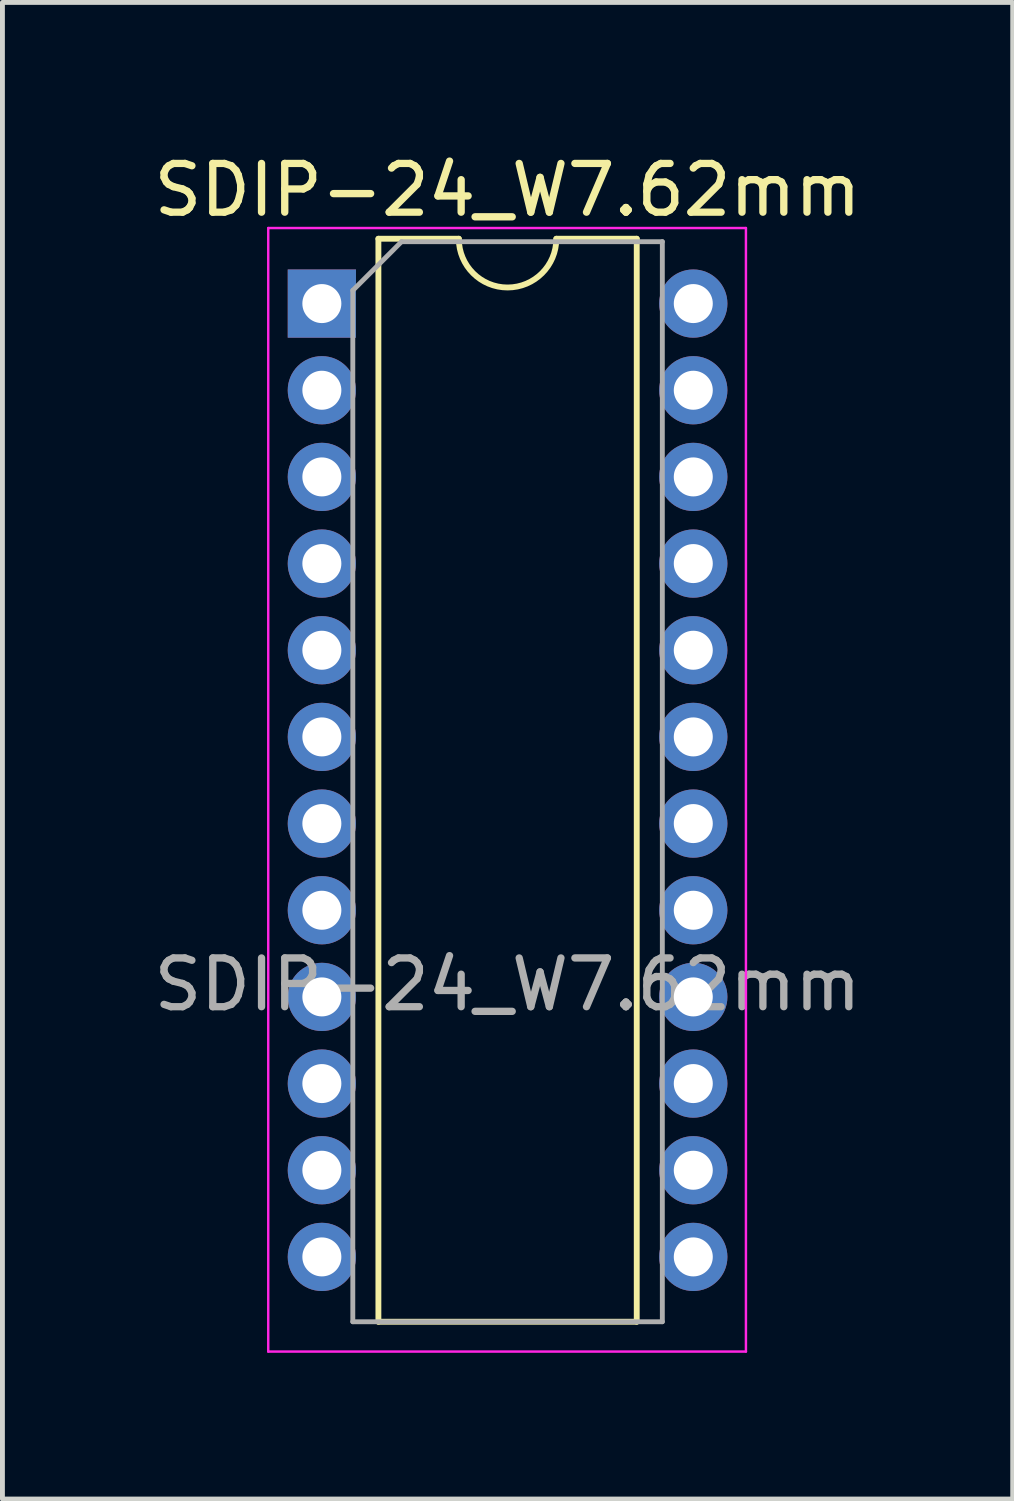
<source format=kicad_pcb>
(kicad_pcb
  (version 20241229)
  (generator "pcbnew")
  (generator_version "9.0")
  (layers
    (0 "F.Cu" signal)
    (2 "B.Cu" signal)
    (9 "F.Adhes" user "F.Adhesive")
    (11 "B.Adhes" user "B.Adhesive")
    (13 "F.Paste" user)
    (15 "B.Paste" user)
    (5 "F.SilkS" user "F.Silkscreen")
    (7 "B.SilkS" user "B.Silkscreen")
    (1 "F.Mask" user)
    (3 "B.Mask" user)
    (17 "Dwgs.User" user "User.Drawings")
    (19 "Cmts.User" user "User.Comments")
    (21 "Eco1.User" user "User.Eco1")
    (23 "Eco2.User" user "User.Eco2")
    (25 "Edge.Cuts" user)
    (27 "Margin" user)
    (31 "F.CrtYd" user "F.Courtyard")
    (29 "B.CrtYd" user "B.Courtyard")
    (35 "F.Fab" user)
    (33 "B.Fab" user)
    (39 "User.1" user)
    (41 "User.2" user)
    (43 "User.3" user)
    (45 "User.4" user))
  (footprint "SDIP-24_W7.62mm"
    (layer "F.Cu")
    (at 3.553 3.178)
    (property "Reference" "SDIP-24_W7.62mm" (at 3.81 -2.33 0) (layer "F.SilkS") (effects (font (size 1 1) (thickness 0.15))))
    (attr through_hole)
    (fp_line (start 1.16 -1.33) (end 1.16 20.888) (stroke (width 0.12) (type solid)) (layer "F.SilkS"))
    (fp_line (start 1.16 20.888) (end 6.46 20.888) (stroke (width 0.12) (type solid)) (layer "F.SilkS"))
    (fp_line (start 2.81 -1.33) (end 1.16 -1.33) (stroke (width 0.12) (type solid)) (layer "F.SilkS"))
    (fp_line (start 6.46 -1.33) (end 4.81 -1.33) (stroke (width 0.12) (type solid)) (layer "F.SilkS"))
    (fp_line (start 6.46 20.888) (end 6.46 -1.33) (stroke (width 0.12) (type solid)) (layer "F.SilkS"))
    (fp_arc (start 4.81 -1.33) (mid 3.81 -0.33) (end 2.81 -1.33) (stroke (width 0.12) (type solid)) (layer "F.SilkS"))
    (fp_line (start -1.1 -1.55) (end -1.1 21.5) (stroke (width 0.05) (type solid)) (layer "F.CrtYd"))
    (fp_line (start -1.1 21.5) (end 8.7 21.5) (stroke (width 0.05) (type solid)) (layer "F.CrtYd"))
    (fp_line (start 8.7 -1.55) (end -1.1 -1.55) (stroke (width 0.05) (type solid)) (layer "F.CrtYd"))
    (fp_line (start 8.7 21.5) (end 8.7 -1.55) (stroke (width 0.05) (type solid)) (layer "F.CrtYd"))
    (fp_line (start 0.635 -0.27) (end 1.635 -1.27) (stroke (width 0.1) (type solid)) (layer "F.Fab"))
    (fp_line (start 0.635 20.888) (end 0.635 -0.27) (stroke (width 0.1) (type solid)) (layer "F.Fab"))
    (fp_line (start 1.635 -1.27) (end 6.985 -1.27) (stroke (width 0.1) (type solid)) (layer "F.Fab"))
    (fp_line (start 6.985 -1.27) (end 6.985 20.888) (stroke (width 0.1) (type solid)) (layer "F.Fab"))
    (fp_line (start 6.985 20.888) (end 0.635 20.888) (stroke (width 0.1) (type solid)) (layer "F.Fab"))
    (fp_text user "${REFERENCE}" (at 3.81 13.97 0) (layer "F.Fab") (effects (font (size 1 1) (thickness 0.15))))
    (pad "1" thru_hole rect (at 0 0) (size 1.4 1.4) (drill 0.8) (layers "*.Cu" "*.Mask"))
    (pad "2" thru_hole oval (at 0 1.778) (size 1.4 1.4) (drill 0.8) (layers "*.Cu" "*.Mask"))
    (pad "3" thru_hole oval (at 0 3.556) (size 1.4 1.4) (drill 0.8) (layers "*.Cu" "*.Mask"))
    (pad "4" thru_hole oval (at 0 5.334) (size 1.4 1.4) (drill 0.8) (layers "*.Cu" "*.Mask"))
    (pad "5" thru_hole oval (at 0 7.112) (size 1.4 1.4) (drill 0.8) (layers "*.Cu" "*.Mask"))
    (pad "6" thru_hole oval (at 0 8.89) (size 1.4 1.4) (drill 0.8) (layers "*.Cu" "*.Mask"))
    (pad "7" thru_hole oval (at 0 10.668) (size 1.4 1.4) (drill 0.8) (layers "*.Cu" "*.Mask"))
    (pad "8" thru_hole oval (at 0 12.446) (size 1.4 1.4) (drill 0.8) (layers "*.Cu" "*.Mask"))
    (pad "9" thru_hole oval (at 0 14.224) (size 1.4 1.4) (drill 0.8) (layers "*.Cu" "*.Mask"))
    (pad "10" thru_hole oval (at 0 16.002) (size 1.4 1.4) (drill 0.8) (layers "*.Cu" "*.Mask"))
    (pad "11" thru_hole oval (at 0 17.78) (size 1.4 1.4) (drill 0.8) (layers "*.Cu" "*.Mask"))
    (pad "12" thru_hole oval (at 0 19.558) (size 1.4 1.4) (drill 0.8) (layers "*.Cu" "*.Mask"))
    (pad "13" thru_hole oval (at 7.62 19.558) (size 1.4 1.4) (drill 0.8) (layers "*.Cu" "*.Mask"))
    (pad "14" thru_hole oval (at 7.62 17.78) (size 1.4 1.4) (drill 0.8) (layers "*.Cu" "*.Mask"))
    (pad "15" thru_hole oval (at 7.62 16.002) (size 1.4 1.4) (drill 0.8) (layers "*.Cu" "*.Mask"))
    (pad "16" thru_hole oval (at 7.62 14.224) (size 1.4 1.4) (drill 0.8) (layers "*.Cu" "*.Mask"))
    (pad "17" thru_hole oval (at 7.62 12.446) (size 1.4 1.4) (drill 0.8) (layers "*.Cu" "*.Mask"))
    (pad "18" thru_hole oval (at 7.62 10.668) (size 1.4 1.4) (drill 0.8) (layers "*.Cu" "*.Mask"))
    (pad "19" thru_hole oval (at 7.62 8.89) (size 1.4 1.4) (drill 0.8) (layers "*.Cu" "*.Mask"))
    (pad "20" thru_hole oval (at 7.62 7.112) (size 1.4 1.4) (drill 0.8) (layers "*.Cu" "*.Mask"))
    (pad "21" thru_hole oval (at 7.62 5.334) (size 1.4 1.4) (drill 0.8) (layers "*.Cu" "*.Mask"))
    (pad "22" thru_hole oval (at 7.62 3.556) (size 1.4 1.4) (drill 0.8) (layers "*.Cu" "*.Mask"))
    (pad "23" thru_hole oval (at 7.62 1.778) (size 1.4 1.4) (drill 0.8) (layers "*.Cu" "*.Mask"))
    (pad "24" thru_hole oval (at 7.62 0) (size 1.4 1.4) (drill 0.8) (layers "*.Cu" "*.Mask")))
  (gr_rect
    (start -3 -3)
    (end 17.726 27.703)
    (stroke (width 0.1) (type default))
    (fill no)
    (layer "Edge.Cuts")))
</source>
